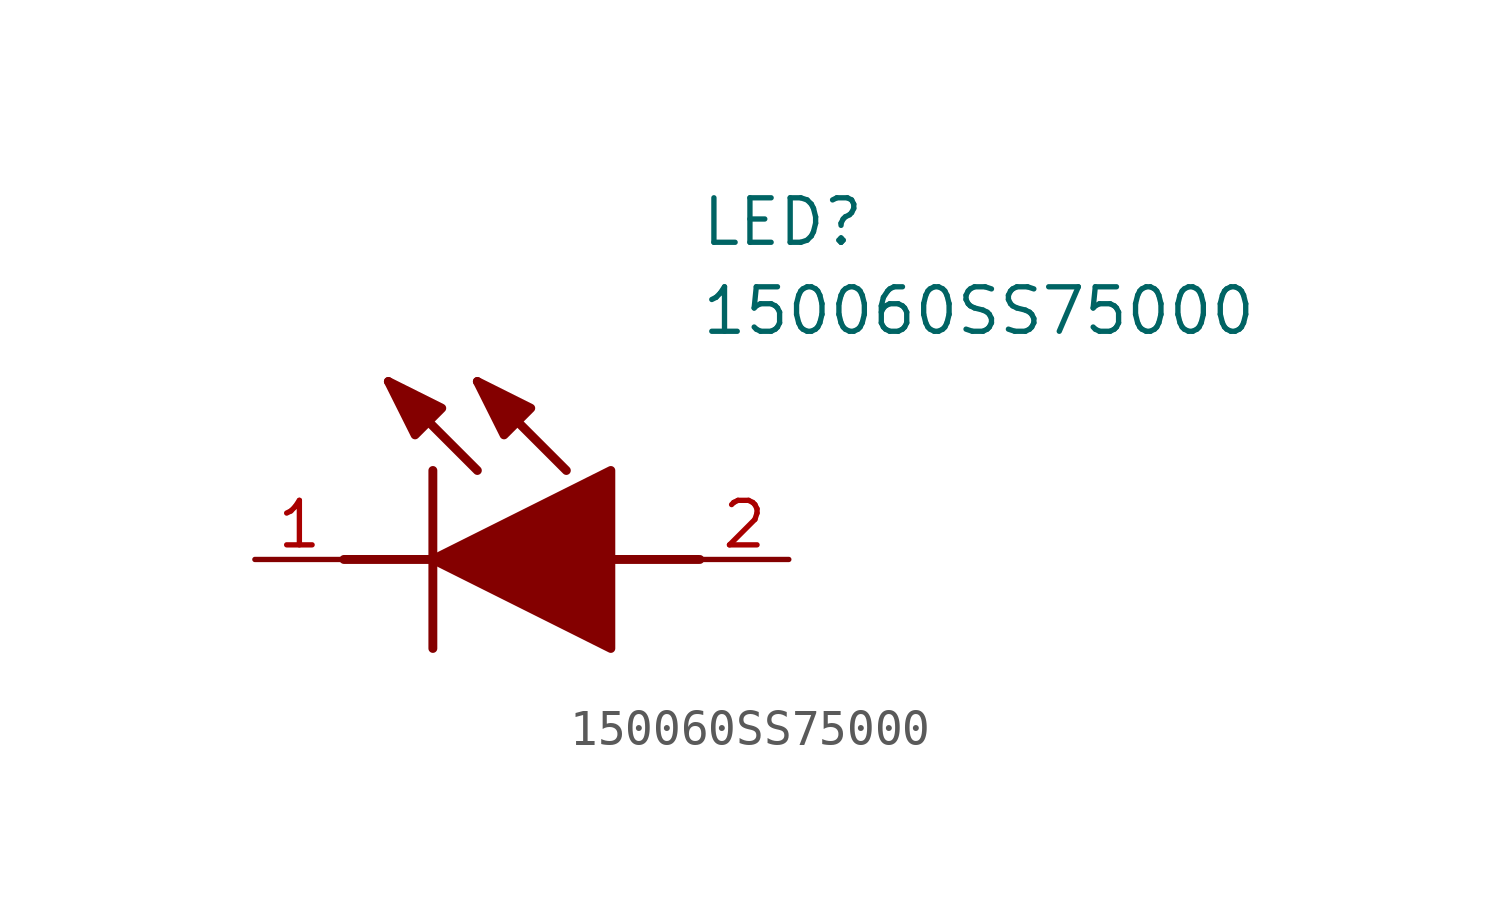
<source format=kicad_sym>
(kicad_symbol_lib
  (version 20211014)
  (generator SamacSys_ECAD_Model)
  (symbol "150060SS75000"
    (pin_names hide)
    (property "Reference" "LED"
      (at 12.7 8.89 0)
      (effects (font (size 1.27 1.27)) (justify left bottom)))
    (property "Value" "150060SS75000"
      (at 12.7 6.35 0)
      (effects (font (size 1.27 1.27)) (justify left bottom)))
    (polyline
      (pts (xy 5.08 2.54) (xy 5.08 -2.54))
      (stroke (width 0.254) (type default))
      (fill (type none)))
    (polyline
      (pts (xy 6.35 2.54) (xy 3.81 5.08))
      (stroke (width 0.254) (type default))
      (fill (type none)))
    (polyline
      (pts (xy 8.89 2.54) (xy 6.35 5.08))
      (stroke (width 0.254) (type default))
      (fill (type none)))
    (polyline
      (pts (xy 2.54 0) (xy 5.08 0))
      (stroke (width 0.254) (type default))
      (fill (type none)))
    (polyline
      (pts (xy 10.16 0) (xy 12.7 0))
      (stroke (width 0.254) (type default))
      (fill (type none)))
    (polyline
      (pts (xy 5.08 0) (xy 10.16 2.54) (xy 10.16 -2.54) (xy 5.08 0))
      (stroke (width 0.254) (type default))
      (fill (type outline)))
    (polyline
      (pts (xy 5.334 4.318) (xy 4.572 3.556) (xy 3.81 5.08) (xy 5.334 4.318))
      (stroke (width 0.254) (type default))
      (fill (type outline)))
    (polyline
      (pts (xy 7.874 4.318) (xy 7.112 3.556) (xy 6.35 5.08) (xy 7.874 4.318))
      (stroke (width 0.254) (type default))
      (fill (type outline)))
    (pin passive line
      (at 0 0 0)
      (length 2.54)
      (name "K" (effects (font (size 1.27 1.27))))
      (number "1" (effects (font (size 1.27 1.27)))))
    (pin passive line
      (at 15.24 0 180)
      (length 2.54)
      (name "A" (effects (font (size 1.27 1.27))))
      (number "2" (effects (font (size 1.27 1.27)))))))
</source>
